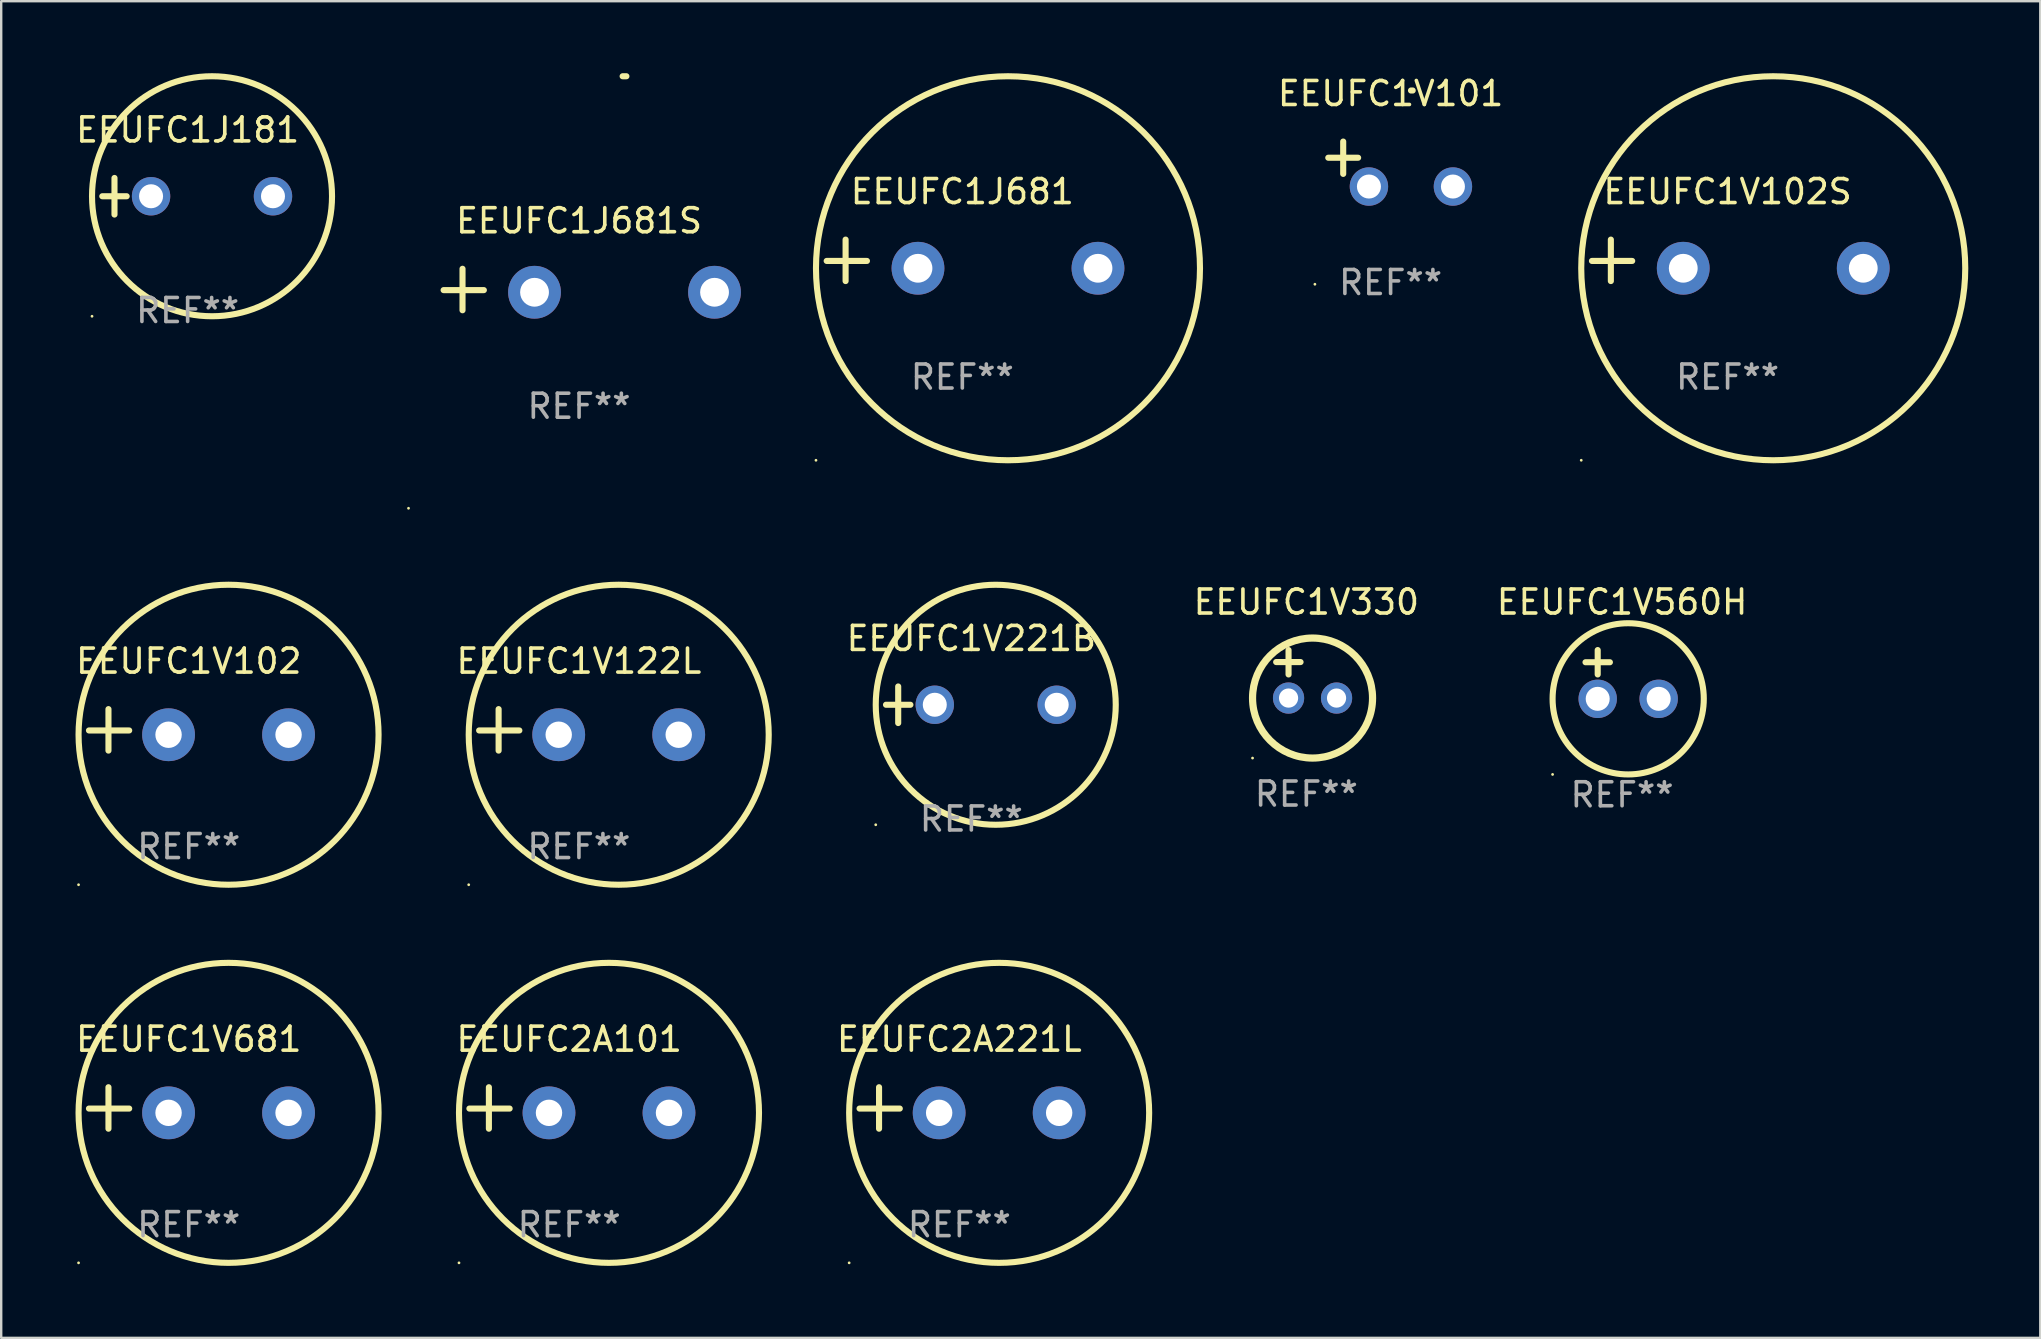
<source format=kicad_pcb>
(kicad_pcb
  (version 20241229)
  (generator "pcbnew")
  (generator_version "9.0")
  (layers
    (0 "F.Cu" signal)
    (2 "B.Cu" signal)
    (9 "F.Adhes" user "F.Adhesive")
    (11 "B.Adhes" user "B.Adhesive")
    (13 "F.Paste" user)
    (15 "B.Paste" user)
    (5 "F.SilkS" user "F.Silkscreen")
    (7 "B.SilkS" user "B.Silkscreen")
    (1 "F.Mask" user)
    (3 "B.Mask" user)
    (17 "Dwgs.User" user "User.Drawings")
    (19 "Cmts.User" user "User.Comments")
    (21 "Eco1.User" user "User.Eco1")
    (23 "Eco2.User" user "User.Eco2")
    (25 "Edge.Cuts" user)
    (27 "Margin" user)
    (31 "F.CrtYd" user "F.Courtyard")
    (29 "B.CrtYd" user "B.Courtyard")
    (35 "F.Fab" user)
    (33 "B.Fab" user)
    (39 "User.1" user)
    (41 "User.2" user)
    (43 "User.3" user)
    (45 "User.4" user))
  (footprint "EEUFC1V122L"
    (layer "F.Cu")
    (at 21.071 27.36)
    (property "Reference" "EEUFC1V122L" (at 0 -2.864 0) (layer "F.SilkS") (effects (font (size 1 1) (thickness 0.15))))
    (attr through_hole)
    (fp_line (start -3.346 0.864) (end -3.346 -0.864) (stroke (width 0.254) (type solid)) (layer "F.SilkS"))
    (fp_line (start -2.482 0.025) (end -4.158 0.025) (stroke (width 0.254) (type solid)) (layer "F.SilkS"))
    (fp_circle (center -4.592 6.453) (end -4.562 6.453) (stroke (width 0.06) (type solid)) (fill no) (layer "F.SilkS"))
    (fp_circle (center 1.658 0.203) (end 7.908 0.203) (stroke (width 0.254) (type solid)) (fill no) (layer "F.SilkS"))
    (fp_text user "REF**" (at 0 4.864 0) (layer "F.Fab") (effects (font (size 1 1) (thickness 0.15))))
    (pad "1" thru_hole circle (at -0.842 0.203) (size 2.2 2.2) (drill 1.1) (layers "*.Cu" "*.Mask"))
    (pad "2" thru_hole circle (at 4.158 0.203) (size 2.2 2.2) (drill 1.1) (layers "*.Cu" "*.Mask")))
  (footprint "EEUFC1J681"
    (layer "F.Cu")
    (at 37.046 7.797)
    (property "Reference" "EEUFC1J681" (at 0 -2.864 0) (layer "F.SilkS") (effects (font (size 1 1) (thickness 0.15))))
    (attr through_hole)
    (fp_line (start -4.864 0.864) (end -4.864 -0.864) (stroke (width 0.254) (type solid)) (layer "F.SilkS"))
    (fp_line (start -3.975 0.025) (end -5.652 0.025) (stroke (width 0.254) (type solid)) (layer "F.SilkS"))
    (fp_circle (center -6.098 8.33) (end -6.068 8.33) (stroke (width 0.06) (type solid)) (fill no) (layer "F.SilkS"))
    (fp_circle (center 1.902 0.33) (end 9.902 0.33) (stroke (width 0.254) (type solid)) (fill no) (layer "F.SilkS"))
    (fp_text user "REF**" (at 0 4.864 0) (layer "F.Fab") (effects (font (size 1 1) (thickness 0.15))))
    (pad "1" thru_hole circle (at -1.848 0.33) (size 2.2 2.2) (drill 1.2) (layers "*.Cu" "*.Mask"))
    (pad "2" thru_hole circle (at 5.652 0.33) (size 2.2 2.2) (drill 1.2) (layers "*.Cu" "*.Mask")))
  (footprint "EEUFC2A221L"
    (layer "F.Cu")
    (at 36.922 43.114)
    (property "Reference" "EEUFC2A221L" (at 0 -2.864 0) (layer "F.SilkS") (effects (font (size 1 1) (thickness 0.15))))
    (attr through_hole)
    (fp_line (start -3.346 0.864) (end -3.346 -0.864) (stroke (width 0.254) (type solid)) (layer "F.SilkS"))
    (fp_line (start -2.482 0.025) (end -4.158 0.025) (stroke (width 0.254) (type solid)) (layer "F.SilkS"))
    (fp_circle (center -4.592 6.453) (end -4.562 6.453) (stroke (width 0.06) (type solid)) (fill no) (layer "F.SilkS"))
    (fp_circle (center 1.658 0.203) (end 7.908 0.203) (stroke (width 0.254) (type solid)) (fill no) (layer "F.SilkS"))
    (fp_text user "REF**" (at 0 4.864 0) (layer "F.Fab") (effects (font (size 1 1) (thickness 0.15))))
    (pad "1" thru_hole circle (at -0.842 0.203) (size 2.2 2.2) (drill 1.1) (layers "*.Cu" "*.Mask"))
    (pad "2" thru_hole circle (at 4.158 0.203) (size 2.2 2.2) (drill 1.1) (layers "*.Cu" "*.Mask")))
  (footprint "EEUFC2A101"
    (layer "F.Cu")
    (at 20.666 43.114)
    (property "Reference" "EEUFC2A101" (at 0 -2.864 0) (layer "F.SilkS") (effects (font (size 1 1) (thickness 0.15))))
    (attr through_hole)
    (fp_line (start -3.346 0.864) (end -3.346 -0.864) (stroke (width 0.254) (type solid)) (layer "F.SilkS"))
    (fp_line (start -2.482 0.025) (end -4.158 0.025) (stroke (width 0.254) (type solid)) (layer "F.SilkS"))
    (fp_circle (center -4.592 6.453) (end -4.562 6.453) (stroke (width 0.06) (type solid)) (fill no) (layer "F.SilkS"))
    (fp_circle (center 1.658 0.203) (end 7.908 0.203) (stroke (width 0.254) (type solid)) (fill no) (layer "F.SilkS"))
    (fp_text user "REF**" (at 0 4.864 0) (layer "F.Fab") (effects (font (size 1 1) (thickness 0.15))))
    (pad "1" thru_hole circle (at -0.842 0.203) (size 2.2 2.2) (drill 1.1) (layers "*.Cu" "*.Mask"))
    (pad "2" thru_hole circle (at 4.158 0.203) (size 2.2 2.2) (drill 1.1) (layers "*.Cu" "*.Mask")))
  (footprint "EEUFC1V221B"
    (layer "F.Cu")
    (at 37.422 26.314)
    (property "Reference" "EEUFC1V221B" (at 0 -2.762 0) (layer "F.SilkS") (effects (font (size 1 1) (thickness 0.15))))
    (attr through_hole)
    (fp_line (start -3.556 0) (end -2.54 0) (stroke (width 0.254) (type solid)) (layer "F.SilkS"))
    (fp_line (start -3.048 -0.762) (end -3.048 0.762) (stroke (width 0.254) (type solid)) (layer "F.SilkS"))
    (fp_circle (center -3.984 5) (end -3.954 5) (stroke (width 0.06) (type solid)) (fill no) (layer "F.SilkS"))
    (fp_circle (center 1.016 0) (end 6.016 0) (stroke (width 0.254) (type solid)) (fill no) (layer "F.SilkS"))
    (fp_text user "REF**" (at 0 4.762 0) (layer "F.Fab") (effects (font (size 1 1) (thickness 0.15))))
    (pad "1" thru_hole circle (at -1.524 0) (size 1.6 1.6) (drill 1) (layers "*.Cu" "*.Mask"))
    (pad "2" thru_hole circle (at 3.556 0) (size 1.6 1.6) (drill 1) (layers "*.Cu" "*.Mask")))
  (footprint "EEUFC1J181"
    (layer "F.Cu")
    (at 4.768 5.127)
    (property "Reference" "EEUFC1J181" (at 0 -2.762 0) (layer "F.SilkS") (effects (font (size 1 1) (thickness 0.15))))
    (attr through_hole)
    (fp_line (start -3.556 0) (end -2.54 0) (stroke (width 0.254) (type solid)) (layer "F.SilkS"))
    (fp_line (start -3.048 -0.762) (end -3.048 0.762) (stroke (width 0.254) (type solid)) (layer "F.SilkS"))
    (fp_circle (center -3.984 5) (end -3.954 5) (stroke (width 0.06) (type solid)) (fill no) (layer "F.SilkS"))
    (fp_circle (center 1.016 0) (end 6.016 0) (stroke (width 0.254) (type solid)) (fill no) (layer "F.SilkS"))
    (fp_text user "REF**" (at 0 4.762 0) (layer "F.Fab") (effects (font (size 1 1) (thickness 0.15))))
    (pad "1" thru_hole circle (at -1.524 0) (size 1.6 1.6) (drill 1) (layers "*.Cu" "*.Mask"))
    (pad "2" thru_hole circle (at 3.556 0) (size 1.6 1.6) (drill 1) (layers "*.Cu" "*.Mask")))
  (footprint "EEUFC1V102S"
    (layer "F.Cu")
    (at 68.931 7.797)
    (property "Reference" "EEUFC1V102S" (at 0 -2.864 0) (layer "F.SilkS") (effects (font (size 1 1) (thickness 0.15))))
    (attr through_hole)
    (fp_line (start -4.864 0.864) (end -4.864 -0.864) (stroke (width 0.254) (type solid)) (layer "F.SilkS"))
    (fp_line (start -3.975 0.025) (end -5.652 0.025) (stroke (width 0.254) (type solid)) (layer "F.SilkS"))
    (fp_circle (center -6.098 8.33) (end -6.068 8.33) (stroke (width 0.06) (type solid)) (fill no) (layer "F.SilkS"))
    (fp_circle (center 1.902 0.33) (end 9.902 0.33) (stroke (width 0.254) (type solid)) (fill no) (layer "F.SilkS"))
    (fp_text user "REF**" (at 0 4.864 0) (layer "F.Fab") (effects (font (size 1 1) (thickness 0.15))))
    (pad "1" thru_hole circle (at -1.848 0.33) (size 2.2 2.2) (drill 1.2) (layers "*.Cu" "*.Mask"))
    (pad "2" thru_hole circle (at 5.652 0.33) (size 2.2 2.2) (drill 1.2) (layers "*.Cu" "*.Mask")))
  (footprint "EEUFC1J681S"
    (layer "F.Cu")
    (at 21.077 9.013)
    (property "Reference" "EEUFC1J681S" (at 0 -2.864 0) (layer "F.SilkS") (effects (font (size 1 1) (thickness 0.15))))
    (attr through_hole)
    (fp_line (start -4.856 0.864) (end -4.856 -0.864) (stroke (width 0.254) (type solid)) (layer "F.SilkS"))
    (fp_line (start -3.967 0.025) (end -5.644 0.025) (stroke (width 0.254) (type solid)) (layer "F.SilkS"))
    (fp_arc (start 1.815024 -8.885649) (mid 1.893764 -8.88599) (end 1.972504 -8.885649) (stroke (width 0.254001) (type solid)) (layer "F.SilkS"))
    (fp_circle (center -7.106 9.114) (end -7.076 9.114) (stroke (width 0.06) (type solid)) (fill no) (layer "F.SilkS"))
    (fp_text user "REF**" (at 0 4.864 0) (layer "F.Fab") (effects (font (size 1 1) (thickness 0.15))))
    (pad "1" thru_hole circle (at -1.856 0.114) (size 2.2 2.2) (drill 1.2) (layers "*.Cu" "*.Mask"))
    (pad "2" thru_hole circle (at 5.644 0.114) (size 2.2 2.2) (drill 1.2) (layers "*.Cu" "*.Mask")))
  (footprint "EEUFC1V102"
    (layer "F.Cu")
    (at 4.815 27.36)
    (property "Reference" "EEUFC1V102" (at 0 -2.864 0) (layer "F.SilkS") (effects (font (size 1 1) (thickness 0.15))))
    (attr through_hole)
    (fp_line (start -3.346 0.864) (end -3.346 -0.864) (stroke (width 0.254) (type solid)) (layer "F.SilkS"))
    (fp_line (start -2.482 0.025) (end -4.158 0.025) (stroke (width 0.254) (type solid)) (layer "F.SilkS"))
    (fp_circle (center -4.592 6.453) (end -4.562 6.453) (stroke (width 0.06) (type solid)) (fill no) (layer "F.SilkS"))
    (fp_circle (center 1.658 0.203) (end 7.908 0.203) (stroke (width 0.254) (type solid)) (fill no) (layer "F.SilkS"))
    (fp_text user "REF**" (at 0 4.864 0) (layer "F.Fab") (effects (font (size 1 1) (thickness 0.15))))
    (pad "1" thru_hole circle (at -0.842 0.203) (size 2.2 2.2) (drill 1.1) (layers "*.Cu" "*.Mask"))
    (pad "2" thru_hole circle (at 4.158 0.203) (size 2.2 2.2) (drill 1.1) (layers "*.Cu" "*.Mask")))
  (footprint "EEUFC1V681"
    (layer "F.Cu")
    (at 4.815 43.114)
    (property "Reference" "EEUFC1V681" (at 0 -2.864 0) (layer "F.SilkS") (effects (font (size 1 1) (thickness 0.15))))
    (attr through_hole)
    (fp_line (start -3.346 0.864) (end -3.346 -0.864) (stroke (width 0.254) (type solid)) (layer "F.SilkS"))
    (fp_line (start -2.482 0.025) (end -4.158 0.025) (stroke (width 0.254) (type solid)) (layer "F.SilkS"))
    (fp_circle (center -4.592 6.453) (end -4.562 6.453) (stroke (width 0.06) (type solid)) (fill no) (layer "F.SilkS"))
    (fp_circle (center 1.658 0.203) (end 7.908 0.203) (stroke (width 0.254) (type solid)) (fill no) (layer "F.SilkS"))
    (fp_text user "REF**" (at 0 4.864 0) (layer "F.Fab") (effects (font (size 1 1) (thickness 0.15))))
    (pad "1" thru_hole circle (at -0.842 0.203) (size 2.2 2.2) (drill 1.1) (layers "*.Cu" "*.Mask"))
    (pad "2" thru_hole circle (at 4.158 0.203) (size 2.2 2.2) (drill 1.1) (layers "*.Cu" "*.Mask")))
  (footprint "EEUFC1V560H"
    (layer "F.Cu")
    (at 64.535 25.051)
    (property "Reference" "EEUFC1V560H" (at 0 -3.016 0) (layer "F.SilkS") (effects (font (size 1 1) (thickness 0.15))))
    (attr through_hole)
    (fp_line (start -1.524 -0.508) (end -0.508 -0.508) (stroke (width 0.254) (type solid)) (layer "F.SilkS"))
    (fp_line (start -1.016 -1.016) (end -1.016 0) (stroke (width 0.254) (type solid)) (layer "F.SilkS"))
    (fp_circle (center -2.896 4.166) (end -2.866 4.166) (stroke (width 0.06) (type solid)) (fill no) (layer "F.SilkS"))
    (fp_circle (center 0.254 1.016) (end 3.404 1.016) (stroke (width 0.254) (type solid)) (fill no) (layer "F.SilkS"))
    (fp_text user "REF**" (at 0 5.016 0) (layer "F.Fab") (effects (font (size 1 1) (thickness 0.15))))
    (pad "1" thru_hole circle (at -1.016 1.016) (size 1.6 1.6) (drill 1) (layers "*.Cu" "*.Mask"))
    (pad "2" thru_hole circle (at 1.524 1.016) (size 1.6 1.6) (drill 1) (layers "*.Cu" "*.Mask")))
  (footprint "EEUFC1V101"
    (layer "F.Cu")
    (at 54.89 3.785)
    (property "Reference" "EEUFC1V101" (at 0 -2.937 0) (layer "F.SilkS") (effects (font (size 1 1) (thickness 0.15))))
    (attr through_hole)
    (fp_line (start -1.975 0.41) (end -1.975 -0.937) (stroke (width 0.254) (type solid)) (layer "F.SilkS"))
    (fp_line (start -1.353 -0.263) (end -2.597 -0.263) (stroke (width 0.254) (type solid)) (layer "F.SilkS"))
    (fp_arc (start 0.849809 -3.063957) (mid 0.885369 -3.064114) (end 0.920929 -3.063957) (stroke (width 0.254001) (type solid)) (layer "F.SilkS"))
    (fp_circle (center -3.154 5.008) (end -3.124 5.008) (stroke (width 0.06) (type solid)) (fill no) (layer "F.SilkS"))
    (fp_text user "REF**" (at 0 4.937 0) (layer "F.Fab") (effects (font (size 1 1) (thickness 0.15))))
    (pad "1" thru_hole circle (at -0.903 0.937) (size 1.6 1.6) (drill 1) (layers "*.Cu" "*.Mask"))
    (pad "2" thru_hole circle (at 2.597 0.937) (size 1.6 1.6) (drill 1) (layers "*.Cu" "*.Mask")))
  (footprint "EEUFC1V330"
    (layer "F.Cu")
    (at 51.38 25.035)
    (property "Reference" "EEUFC1V330" (at 0 -3 0) (layer "F.SilkS") (effects (font (size 1 1) (thickness 0.15))))
    (attr through_hole)
    (fp_line (start -1.258 -0.5) (end -0.242 -0.5) (stroke (width 0.254) (type solid)) (layer "F.SilkS"))
    (fp_line (start -0.742 -1) (end -0.742 0.016) (stroke (width 0.254) (type solid)) (layer "F.SilkS"))
    (fp_circle (center -2.242 3.5) (end -2.212 3.5) (stroke (width 0.06) (type solid)) (fill no) (layer "F.SilkS"))
    (fp_circle (center 0.258 1) (end 2.758 1) (stroke (width 0.3) (type solid)) (fill no) (layer "F.SilkS"))
    (fp_text user "REF**" (at 0 5 0) (layer "F.Fab") (effects (font (size 1 1) (thickness 0.15))))
    (pad "1" thru_hole circle (at -0.742 1) (size 1.3 1.3) (drill 0.8) (layers "*.Cu" "*.Mask"))
    (pad "2" thru_hole circle (at 1.258 1) (size 1.3 1.3) (drill 0.8) (layers "*.Cu" "*.Mask")))
  (gr_rect
    (start -3 -3)
    (end 81.96 52.694)
    (stroke (width 0.1) (type default))
    (fill no)
    (layer "Edge.Cuts")))
</source>
